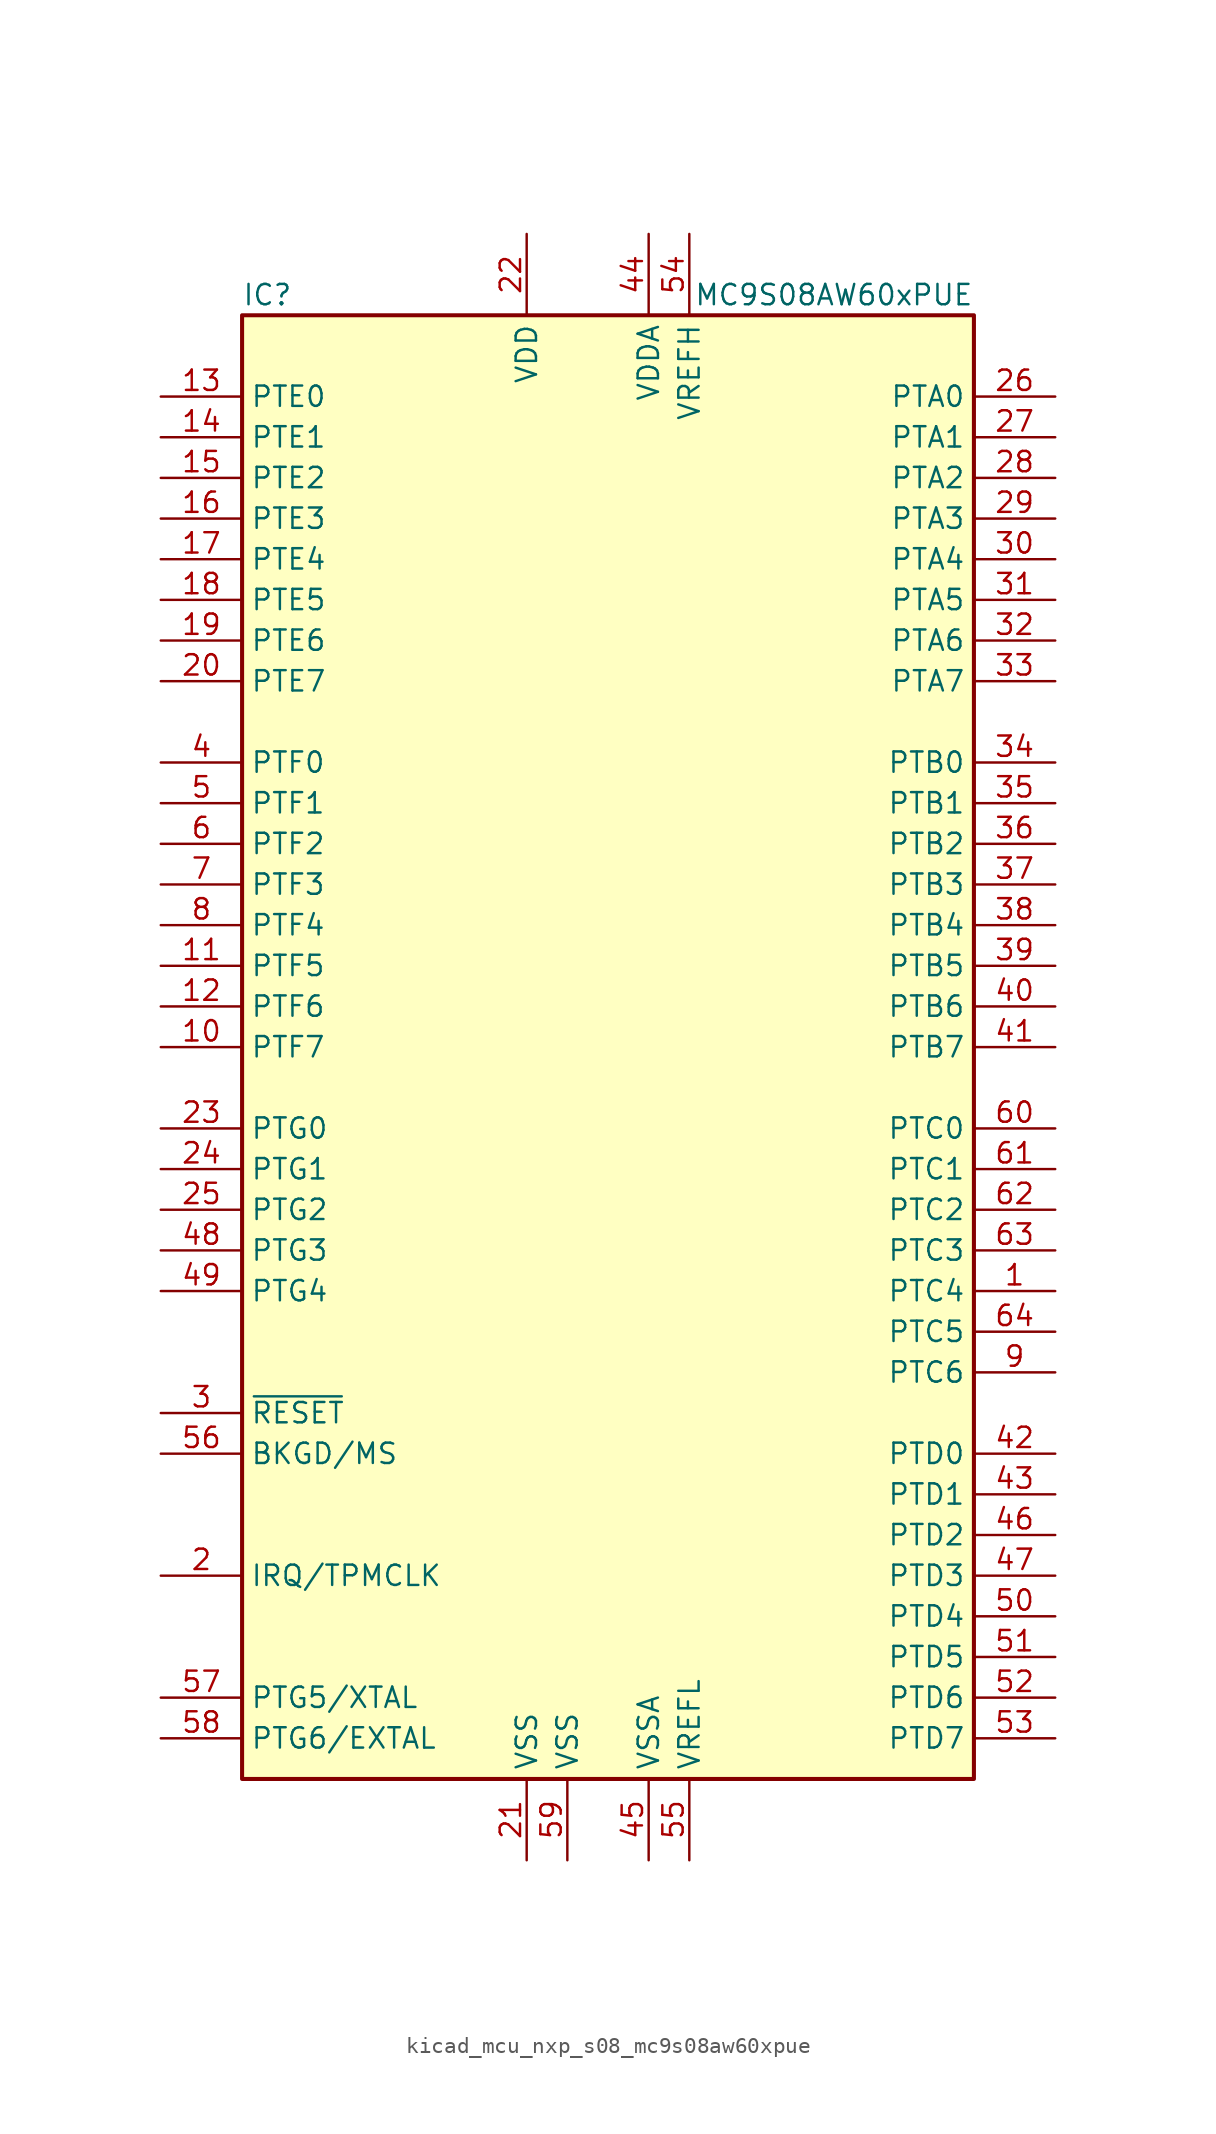
<source format=kicad_sym>
(kicad_symbol_lib
  (version 20220914)
  (generator kicad_symbol_editor)
  (symbol "kicad_mcu_nxp_s08_mc9s08aw60xpue"
    (property "Reference" "IC"
      (at -22.86 46.99 0)
      (effects (font (size 1.27 1.27)) (justify left)))
    (property "Value" "MC9S08AW60xPUE"
      (at 22.86 46.99 0)
      (effects (font (size 1.27 1.27)) (justify right)))
    (symbol "kicad_mcu_nxp_s08_mc9s08aw60xpue_0_1"
      (rectangle (start -22.86 45.72) (end 22.86 -45.72) (stroke (width 0.254) (type default)) (fill (type background))))
    (symbol "kicad_mcu_nxp_s08_mc9s08aw60xpue_1_1"
      (pin bidirectional line (at 27.94 -15.24 180) (length 5.08) (name "PTC4" (effects (font (size 1.27 1.27)))) (number "1" (effects (font (size 1.27 1.27)))))
      (pin bidirectional line (at -27.94 0 0) (length 5.08) (name "PTF7" (effects (font (size 1.27 1.27)))) (number "10" (effects (font (size 1.27 1.27)))))
      (pin bidirectional line (at -27.94 5.08 0) (length 5.08) (name "PTF5" (effects (font (size 1.27 1.27)))) (number "11" (effects (font (size 1.27 1.27)))))
      (pin bidirectional line (at -27.94 2.54 0) (length 5.08) (name "PTF6" (effects (font (size 1.27 1.27)))) (number "12" (effects (font (size 1.27 1.27)))))
      (pin bidirectional line (at -27.94 40.64 0) (length 5.08) (name "PTE0" (effects (font (size 1.27 1.27)))) (number "13" (effects (font (size 1.27 1.27)))))
      (pin bidirectional line (at -27.94 38.1 0) (length 5.08) (name "PTE1" (effects (font (size 1.27 1.27)))) (number "14" (effects (font (size 1.27 1.27)))))
      (pin bidirectional line (at -27.94 35.56 0) (length 5.08) (name "PTE2" (effects (font (size 1.27 1.27)))) (number "15" (effects (font (size 1.27 1.27)))))
      (pin bidirectional line (at -27.94 33.02 0) (length 5.08) (name "PTE3" (effects (font (size 1.27 1.27)))) (number "16" (effects (font (size 1.27 1.27)))))
      (pin bidirectional line (at -27.94 30.48 0) (length 5.08) (name "PTE4" (effects (font (size 1.27 1.27)))) (number "17" (effects (font (size 1.27 1.27)))))
      (pin bidirectional line (at -27.94 27.94 0) (length 5.08) (name "PTE5" (effects (font (size 1.27 1.27)))) (number "18" (effects (font (size 1.27 1.27)))))
      (pin bidirectional line (at -27.94 25.4 0) (length 5.08) (name "PTE6" (effects (font (size 1.27 1.27)))) (number "19" (effects (font (size 1.27 1.27)))))
      (pin input line (at -27.94 -33.02 0) (length 5.08) (name "IRQ/TPMCLK" (effects (font (size 1.27 1.27)))) (number "2" (effects (font (size 1.27 1.27)))))
      (pin bidirectional line (at -27.94 22.86 0) (length 5.08) (name "PTE7" (effects (font (size 1.27 1.27)))) (number "20" (effects (font (size 1.27 1.27)))))
      (pin power_in line (at -5.08 -50.8 90) (length 5.08) (name "VSS" (effects (font (size 1.27 1.27)))) (number "21" (effects (font (size 1.27 1.27)))))
      (pin power_in line (at -5.08 50.8 270) (length 5.08) (name "VDD" (effects (font (size 1.27 1.27)))) (number "22" (effects (font (size 1.27 1.27)))))
      (pin bidirectional line (at -27.94 -5.08 0) (length 5.08) (name "PTG0" (effects (font (size 1.27 1.27)))) (number "23" (effects (font (size 1.27 1.27)))))
      (pin bidirectional line (at -27.94 -7.62 0) (length 5.08) (name "PTG1" (effects (font (size 1.27 1.27)))) (number "24" (effects (font (size 1.27 1.27)))))
      (pin bidirectional line (at -27.94 -10.16 0) (length 5.08) (name "PTG2" (effects (font (size 1.27 1.27)))) (number "25" (effects (font (size 1.27 1.27)))))
      (pin bidirectional line (at 27.94 40.64 180) (length 5.08) (name "PTA0" (effects (font (size 1.27 1.27)))) (number "26" (effects (font (size 1.27 1.27)))))
      (pin bidirectional line (at 27.94 38.1 180) (length 5.08) (name "PTA1" (effects (font (size 1.27 1.27)))) (number "27" (effects (font (size 1.27 1.27)))))
      (pin bidirectional line (at 27.94 35.56 180) (length 5.08) (name "PTA2" (effects (font (size 1.27 1.27)))) (number "28" (effects (font (size 1.27 1.27)))))
      (pin bidirectional line (at 27.94 33.02 180) (length 5.08) (name "PTA3" (effects (font (size 1.27 1.27)))) (number "29" (effects (font (size 1.27 1.27)))))
      (pin input line (at -27.94 -22.86 0) (length 5.08) (name "~{RESET}" (effects (font (size 1.27 1.27)))) (number "3" (effects (font (size 1.27 1.27)))))
      (pin bidirectional line (at 27.94 30.48 180) (length 5.08) (name "PTA4" (effects (font (size 1.27 1.27)))) (number "30" (effects (font (size 1.27 1.27)))))
      (pin bidirectional line (at 27.94 27.94 180) (length 5.08) (name "PTA5" (effects (font (size 1.27 1.27)))) (number "31" (effects (font (size 1.27 1.27)))))
      (pin bidirectional line (at 27.94 25.4 180) (length 5.08) (name "PTA6" (effects (font (size 1.27 1.27)))) (number "32" (effects (font (size 1.27 1.27)))))
      (pin bidirectional line (at 27.94 22.86 180) (length 5.08) (name "PTA7" (effects (font (size 1.27 1.27)))) (number "33" (effects (font (size 1.27 1.27)))))
      (pin bidirectional line (at 27.94 17.78 180) (length 5.08) (name "PTB0" (effects (font (size 1.27 1.27)))) (number "34" (effects (font (size 1.27 1.27)))))
      (pin bidirectional line (at 27.94 15.24 180) (length 5.08) (name "PTB1" (effects (font (size 1.27 1.27)))) (number "35" (effects (font (size 1.27 1.27)))))
      (pin bidirectional line (at 27.94 12.7 180) (length 5.08) (name "PTB2" (effects (font (size 1.27 1.27)))) (number "36" (effects (font (size 1.27 1.27)))))
      (pin bidirectional line (at 27.94 10.16 180) (length 5.08) (name "PTB3" (effects (font (size 1.27 1.27)))) (number "37" (effects (font (size 1.27 1.27)))))
      (pin bidirectional line (at 27.94 7.62 180) (length 5.08) (name "PTB4" (effects (font (size 1.27 1.27)))) (number "38" (effects (font (size 1.27 1.27)))))
      (pin bidirectional line (at 27.94 5.08 180) (length 5.08) (name "PTB5" (effects (font (size 1.27 1.27)))) (number "39" (effects (font (size 1.27 1.27)))))
      (pin bidirectional line (at -27.94 17.78 0) (length 5.08) (name "PTF0" (effects (font (size 1.27 1.27)))) (number "4" (effects (font (size 1.27 1.27)))))
      (pin bidirectional line (at 27.94 2.54 180) (length 5.08) (name "PTB6" (effects (font (size 1.27 1.27)))) (number "40" (effects (font (size 1.27 1.27)))))
      (pin bidirectional line (at 27.94 0 180) (length 5.08) (name "PTB7" (effects (font (size 1.27 1.27)))) (number "41" (effects (font (size 1.27 1.27)))))
      (pin bidirectional line (at 27.94 -25.4 180) (length 5.08) (name "PTD0" (effects (font (size 1.27 1.27)))) (number "42" (effects (font (size 1.27 1.27)))))
      (pin bidirectional line (at 27.94 -27.94 180) (length 5.08) (name "PTD1" (effects (font (size 1.27 1.27)))) (number "43" (effects (font (size 1.27 1.27)))))
      (pin power_in line (at 2.54 50.8 270) (length 5.08) (name "VDDA" (effects (font (size 1.27 1.27)))) (number "44" (effects (font (size 1.27 1.27)))))
      (pin power_in line (at 2.54 -50.8 90) (length 5.08) (name "VSSA" (effects (font (size 1.27 1.27)))) (number "45" (effects (font (size 1.27 1.27)))))
      (pin bidirectional line (at 27.94 -30.48 180) (length 5.08) (name "PTD2" (effects (font (size 1.27 1.27)))) (number "46" (effects (font (size 1.27 1.27)))))
      (pin bidirectional line (at 27.94 -33.02 180) (length 5.08) (name "PTD3" (effects (font (size 1.27 1.27)))) (number "47" (effects (font (size 1.27 1.27)))))
      (pin bidirectional line (at -27.94 -12.7 0) (length 5.08) (name "PTG3" (effects (font (size 1.27 1.27)))) (number "48" (effects (font (size 1.27 1.27)))))
      (pin bidirectional line (at -27.94 -15.24 0) (length 5.08) (name "PTG4" (effects (font (size 1.27 1.27)))) (number "49" (effects (font (size 1.27 1.27)))))
      (pin bidirectional line (at -27.94 15.24 0) (length 5.08) (name "PTF1" (effects (font (size 1.27 1.27)))) (number "5" (effects (font (size 1.27 1.27)))))
      (pin bidirectional line (at 27.94 -35.56 180) (length 5.08) (name "PTD4" (effects (font (size 1.27 1.27)))) (number "50" (effects (font (size 1.27 1.27)))))
      (pin bidirectional line (at 27.94 -38.1 180) (length 5.08) (name "PTD5" (effects (font (size 1.27 1.27)))) (number "51" (effects (font (size 1.27 1.27)))))
      (pin bidirectional line (at 27.94 -40.64 180) (length 5.08) (name "PTD6" (effects (font (size 1.27 1.27)))) (number "52" (effects (font (size 1.27 1.27)))))
      (pin bidirectional line (at 27.94 -43.18 180) (length 5.08) (name "PTD7" (effects (font (size 1.27 1.27)))) (number "53" (effects (font (size 1.27 1.27)))))
      (pin power_in line (at 5.08 50.8 270) (length 5.08) (name "VREFH" (effects (font (size 1.27 1.27)))) (number "54" (effects (font (size 1.27 1.27)))))
      (pin power_in line (at 5.08 -50.8 90) (length 5.08) (name "VREFL" (effects (font (size 1.27 1.27)))) (number "55" (effects (font (size 1.27 1.27)))))
      (pin bidirectional line (at -27.94 -25.4 0) (length 5.08) (name "BKGD/MS" (effects (font (size 1.27 1.27)))) (number "56" (effects (font (size 1.27 1.27)))))
      (pin bidirectional line (at -27.94 -40.64 0) (length 5.08) (name "PTG5/XTAL" (effects (font (size 1.27 1.27)))) (number "57" (effects (font (size 1.27 1.27)))))
      (pin bidirectional line (at -27.94 -43.18 0) (length 5.08) (name "PTG6/EXTAL" (effects (font (size 1.27 1.27)))) (number "58" (effects (font (size 1.27 1.27)))))
      (pin power_in line (at -2.54 -50.8 90) (length 5.08) (name "VSS" (effects (font (size 1.27 1.27)))) (number "59" (effects (font (size 1.27 1.27)))))
      (pin bidirectional line (at -27.94 12.7 0) (length 5.08) (name "PTF2" (effects (font (size 1.27 1.27)))) (number "6" (effects (font (size 1.27 1.27)))))
      (pin bidirectional line (at 27.94 -5.08 180) (length 5.08) (name "PTC0" (effects (font (size 1.27 1.27)))) (number "60" (effects (font (size 1.27 1.27)))))
      (pin bidirectional line (at 27.94 -7.62 180) (length 5.08) (name "PTC1" (effects (font (size 1.27 1.27)))) (number "61" (effects (font (size 1.27 1.27)))))
      (pin bidirectional line (at 27.94 -10.16 180) (length 5.08) (name "PTC2" (effects (font (size 1.27 1.27)))) (number "62" (effects (font (size 1.27 1.27)))))
      (pin bidirectional line (at 27.94 -12.7 180) (length 5.08) (name "PTC3" (effects (font (size 1.27 1.27)))) (number "63" (effects (font (size 1.27 1.27)))))
      (pin bidirectional line (at 27.94 -17.78 180) (length 5.08) (name "PTC5" (effects (font (size 1.27 1.27)))) (number "64" (effects (font (size 1.27 1.27)))))
      (pin bidirectional line (at -27.94 10.16 0) (length 5.08) (name "PTF3" (effects (font (size 1.27 1.27)))) (number "7" (effects (font (size 1.27 1.27)))))
      (pin bidirectional line (at -27.94 7.62 0) (length 5.08) (name "PTF4" (effects (font (size 1.27 1.27)))) (number "8" (effects (font (size 1.27 1.27)))))
      (pin bidirectional line (at 27.94 -20.32 180) (length 5.08) (name "PTC6" (effects (font (size 1.27 1.27)))) (number "9" (effects (font (size 1.27 1.27))))))))
</source>
